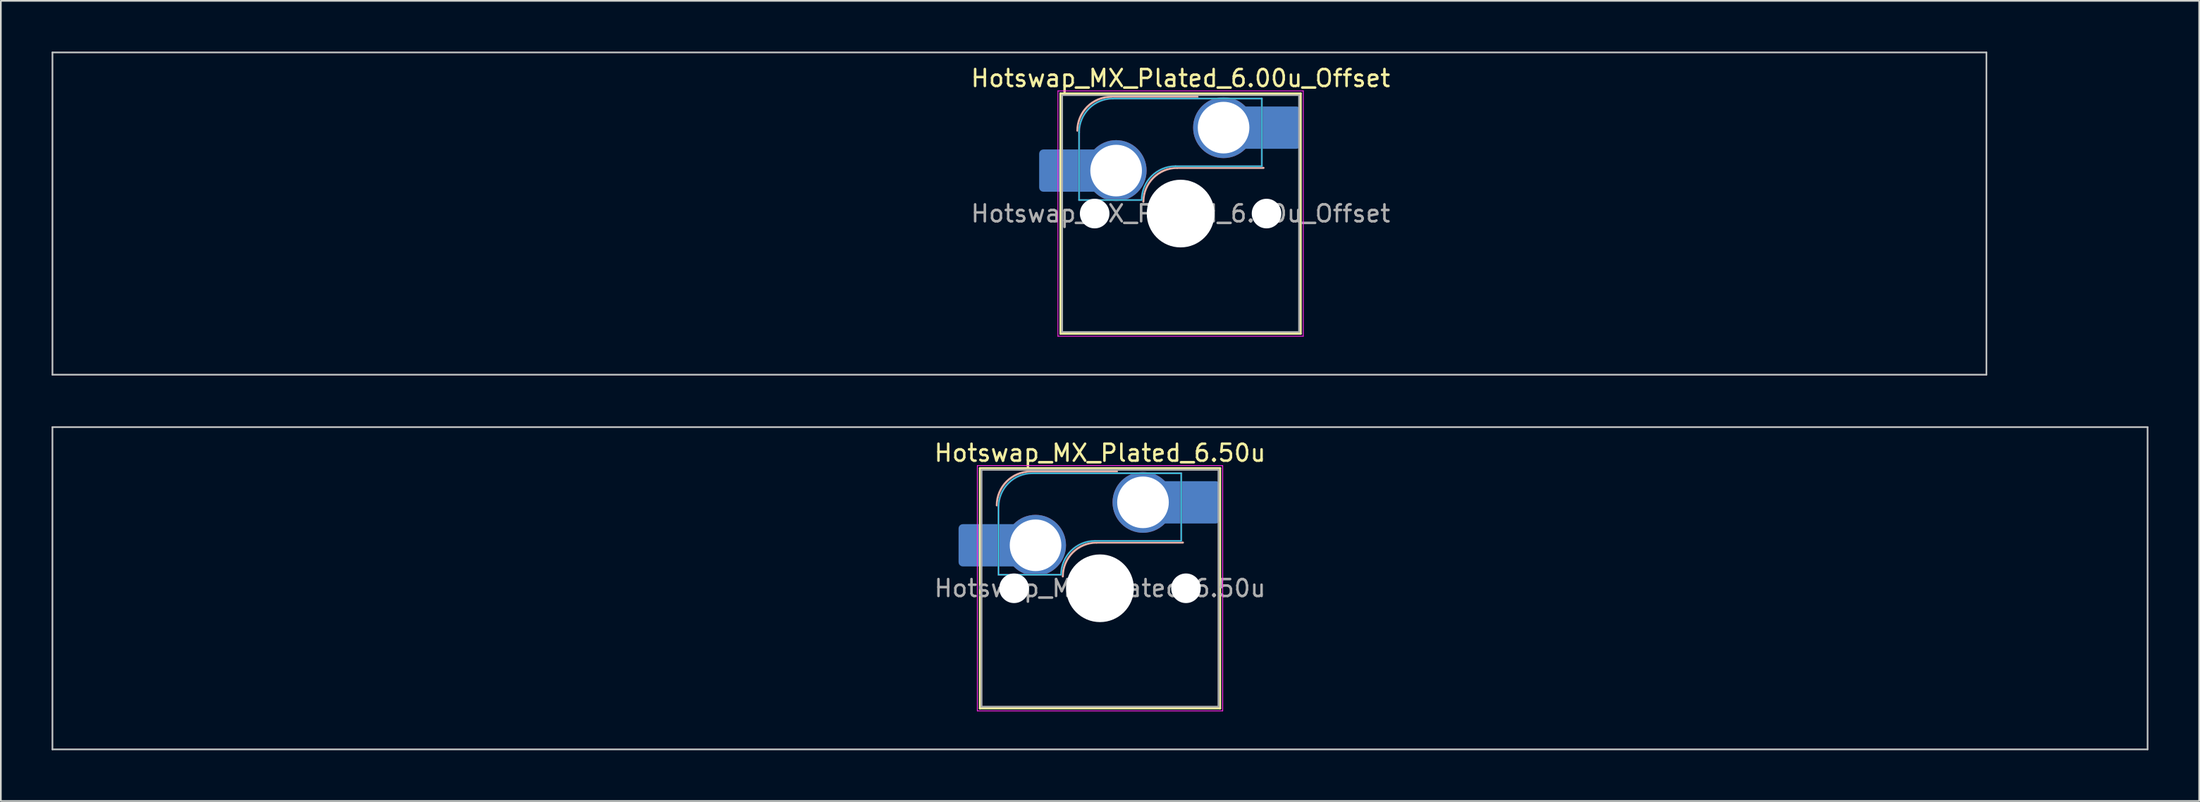
<source format=kicad_pcb>
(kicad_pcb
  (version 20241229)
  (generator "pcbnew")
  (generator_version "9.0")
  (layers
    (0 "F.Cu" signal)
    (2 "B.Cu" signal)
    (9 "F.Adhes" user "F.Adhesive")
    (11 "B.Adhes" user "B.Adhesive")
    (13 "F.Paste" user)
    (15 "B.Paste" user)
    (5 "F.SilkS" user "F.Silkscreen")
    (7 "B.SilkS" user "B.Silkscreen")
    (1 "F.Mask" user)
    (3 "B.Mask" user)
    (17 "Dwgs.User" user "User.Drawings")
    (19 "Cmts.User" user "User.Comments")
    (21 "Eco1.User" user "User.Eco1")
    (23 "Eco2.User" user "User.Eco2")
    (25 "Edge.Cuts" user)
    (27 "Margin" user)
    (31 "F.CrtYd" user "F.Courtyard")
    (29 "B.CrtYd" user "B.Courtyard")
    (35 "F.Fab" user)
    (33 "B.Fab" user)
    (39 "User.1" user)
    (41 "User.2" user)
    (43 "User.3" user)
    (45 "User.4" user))
  (footprint "Hotswap_MX_Plated_6.00u_Offset"
    (layer "F.Cu")
    (at 66.725 9.575)
    (property "Reference" "Hotswap_MX_Plated_6.00u_Offset" (at 0 -8 0) (layer "F.SilkS") (effects (font (size 1 1) (thickness 0.15))))
    (attr smd)
    (fp_line (start -7.1 -7.1) (end -7.1 7.1) (stroke (width 0.12) (type solid)) (layer "F.SilkS"))
    (fp_line (start -7.1 7.1) (end 7.1 7.1) (stroke (width 0.12) (type solid)) (layer "F.SilkS"))
    (fp_line (start 7.1 -7.1) (end -7.1 -7.1) (stroke (width 0.12) (type solid)) (layer "F.SilkS"))
    (fp_line (start 7.1 7.1) (end 7.1 -7.1) (stroke (width 0.12) (type solid)) (layer "F.SilkS"))
    (fp_line (start -4.1 -6.9) (end 1 -6.9) (stroke (width 0.12) (type solid)) (layer "B.SilkS"))
    (fp_line (start -0.2 -2.7) (end 4.9 -2.7) (stroke (width 0.12) (type solid)) (layer "B.SilkS"))
    (fp_arc (start -6.1 -4.9) (mid -5.514214 -6.314214) (end -4.1 -6.9) (stroke (width 0.12) (type solid)) (layer "B.SilkS"))
    (fp_arc (start -2.2 -0.7) (mid -1.614214 -2.114214) (end -0.2 -2.7) (stroke (width 0.12) (type solid)) (layer "B.SilkS"))
    (fp_line (start -66.675 -9.525) (end -66.675 9.525) (stroke (width 0.1) (type solid)) (layer "Dwgs.User"))
    (fp_line (start -66.675 9.525) (end 47.625 9.525) (stroke (width 0.1) (type solid)) (layer "Dwgs.User"))
    (fp_line (start 47.625 -9.525) (end -66.675 -9.525) (stroke (width 0.1) (type solid)) (layer "Dwgs.User"))
    (fp_line (start 47.625 9.525) (end 47.625 -9.525) (stroke (width 0.1) (type solid)) (layer "Dwgs.User"))
    (fp_line (start -7.8 -6) (end -7 -6) (stroke (width 0.1) (type solid)) (layer "Eco1.User"))
    (fp_line (start -7.8 -2.9) (end -7.8 -6) (stroke (width 0.1) (type solid)) (layer "Eco1.User"))
    (fp_line (start -7.8 2.9) (end -7 2.9) (stroke (width 0.1) (type solid)) (layer "Eco1.User"))
    (fp_line (start -7.8 6) (end -7.8 2.9) (stroke (width 0.1) (type solid)) (layer "Eco1.User"))
    (fp_line (start -7 -7) (end 7 -7) (stroke (width 0.1) (type solid)) (layer "Eco1.User"))
    (fp_line (start -7 -6) (end -7 -7) (stroke (width 0.1) (type solid)) (layer "Eco1.User"))
    (fp_line (start -7 -2.9) (end -7.8 -2.9) (stroke (width 0.1) (type solid)) (layer "Eco1.User"))
    (fp_line (start -7 2.9) (end -7 -2.9) (stroke (width 0.1) (type solid)) (layer "Eco1.User"))
    (fp_line (start -7 6) (end -7.8 6) (stroke (width 0.1) (type solid)) (layer "Eco1.User"))
    (fp_line (start -7 7) (end -7 6) (stroke (width 0.1) (type solid)) (layer "Eco1.User"))
    (fp_line (start 7 -7) (end 7 -6) (stroke (width 0.1) (type solid)) (layer "Eco1.User"))
    (fp_line (start 7 -6) (end 7.8 -6) (stroke (width 0.1) (type solid)) (layer "Eco1.User"))
    (fp_line (start 7 -2.9) (end 7 2.9) (stroke (width 0.1) (type solid)) (layer "Eco1.User"))
    (fp_line (start 7 2.9) (end 7.8 2.9) (stroke (width 0.1) (type solid)) (layer "Eco1.User"))
    (fp_line (start 7 6) (end 7 7) (stroke (width 0.1) (type solid)) (layer "Eco1.User"))
    (fp_line (start 7 7) (end -7 7) (stroke (width 0.1) (type solid)) (layer "Eco1.User"))
    (fp_line (start 7.8 -6) (end 7.8 -2.9) (stroke (width 0.1) (type solid)) (layer "Eco1.User"))
    (fp_line (start 7.8 -2.9) (end 7 -2.9) (stroke (width 0.1) (type solid)) (layer "Eco1.User"))
    (fp_line (start 7.8 2.9) (end 7.8 6) (stroke (width 0.1) (type solid)) (layer "Eco1.User"))
    (fp_line (start 7.8 6) (end 7 6) (stroke (width 0.1) (type solid)) (layer "Eco1.User"))
    (fp_line (start -6 -0.8) (end -6 -4.8) (stroke (width 0.05) (type solid)) (layer "B.CrtYd"))
    (fp_line (start -6 -0.8) (end -2.3 -0.8) (stroke (width 0.05) (type solid)) (layer "B.CrtYd"))
    (fp_line (start -4 -6.8) (end 4.8 -6.8) (stroke (width 0.05) (type solid)) (layer "B.CrtYd"))
    (fp_line (start -0.3 -2.8) (end 4.8 -2.8) (stroke (width 0.05) (type solid)) (layer "B.CrtYd"))
    (fp_line (start 4.8 -6.8) (end 4.8 -2.8) (stroke (width 0.05) (type solid)) (layer "B.CrtYd"))
    (fp_arc (start -6 -4.8) (mid -5.414214 -6.214214) (end -4 -6.8) (stroke (width 0.05) (type solid)) (layer "B.CrtYd"))
    (fp_arc (start -2.3 -0.8) (mid -1.714214 -2.214214) (end -0.3 -2.8) (stroke (width 0.05) (type solid)) (layer "B.CrtYd"))
    (fp_line (start -7.25 -7.25) (end -7.25 7.25) (stroke (width 0.05) (type solid)) (layer "F.CrtYd"))
    (fp_line (start -7.25 7.25) (end 7.25 7.25) (stroke (width 0.05) (type solid)) (layer "F.CrtYd"))
    (fp_line (start 7.25 -7.25) (end -7.25 -7.25) (stroke (width 0.05) (type solid)) (layer "F.CrtYd"))
    (fp_line (start 7.25 7.25) (end 7.25 -7.25) (stroke (width 0.05) (type solid)) (layer "F.CrtYd"))
    (fp_line (start -6 -0.8) (end -6 -4.8) (stroke (width 0.12) (type solid)) (layer "B.Fab"))
    (fp_line (start -6 -0.8) (end -2.3 -0.8) (stroke (width 0.12) (type solid)) (layer "B.Fab"))
    (fp_line (start -4 -6.8) (end 4.8 -6.8) (stroke (width 0.12) (type solid)) (layer "B.Fab"))
    (fp_line (start -0.3 -2.8) (end 4.8 -2.8) (stroke (width 0.12) (type solid)) (layer "B.Fab"))
    (fp_line (start 4.8 -6.8) (end 4.8 -2.8) (stroke (width 0.12) (type solid)) (layer "B.Fab"))
    (fp_arc (start -6 -4.8) (mid -5.414214 -6.214214) (end -4 -6.8) (stroke (width 0.12) (type solid)) (layer "B.Fab"))
    (fp_arc (start -2.3 -0.8) (mid -1.714214 -2.214214) (end -0.3 -2.8) (stroke (width 0.12) (type solid)) (layer "B.Fab"))
    (fp_line (start -7 -7) (end -7 7) (stroke (width 0.1) (type solid)) (layer "F.Fab"))
    (fp_line (start -7 7) (end 7 7) (stroke (width 0.1) (type solid)) (layer "F.Fab"))
    (fp_line (start 7 -7) (end -7 -7) (stroke (width 0.1) (type solid)) (layer "F.Fab"))
    (fp_line (start 7 7) (end 7 -7) (stroke (width 0.1) (type solid)) (layer "F.Fab"))
    (fp_text user "${REFERENCE}" (at 0 0 0) (layer "F.Fab") (effects (font (size 1 1) (thickness 0.15))))
    (pad "" smd roundrect (at -7.085 -2.54) (size 2.55 2.5) (layers "B.Mask" "B.Paste") (roundrect_rratio 0.1))
    (pad "" np_thru_hole circle (at -5.08 0) (size 1.75 1.75) (drill 1.75) (layers "*.Cu" "*.Mask"))
    (pad "" np_thru_hole circle (at 0 0) (size 4 4) (drill 4) (layers "*.Cu" "*.Mask"))
    (pad "" np_thru_hole circle (at 5.08 0) (size 1.75 1.75) (drill 1.75) (layers "*.Cu" "*.Mask"))
    (pad "" smd roundrect (at 5.842 -5.08) (size 2.55 2.5) (layers "B.Mask" "B.Paste") (roundrect_rratio 0.1))
    (pad "1" smd roundrect (at -6.585 -2.54) (size 3.55 2.5) (layers "B.Cu") (roundrect_rratio 0.1))
    (pad "1" thru_hole circle (at -3.81 -2.54) (size 3.6 3.6) (drill 3.05) (layers "*.Cu" "*.Mask"))
    (pad "2" thru_hole circle (at 2.54 -5.08) (size 3.6 3.6) (drill 3.05) (layers "*.Cu" "*.Mask"))
    (pad "2" smd roundrect (at 5.32 -5.08) (size 3.55 2.5) (layers "B.Cu") (roundrect_rratio 0.1)))
  (footprint "Hotswap_MX_Plated_6.50u"
    (layer "F.Cu")
    (at 61.962 31.725)
    (property "Reference" "Hotswap_MX_Plated_6.50u" (at 0 -8 0) (layer "F.SilkS") (effects (font (size 1 1) (thickness 0.15))))
    (attr smd)
    (fp_line (start -7.1 -7.1) (end -7.1 7.1) (stroke (width 0.12) (type solid)) (layer "F.SilkS"))
    (fp_line (start -7.1 7.1) (end 7.1 7.1) (stroke (width 0.12) (type solid)) (layer "F.SilkS"))
    (fp_line (start 7.1 -7.1) (end -7.1 -7.1) (stroke (width 0.12) (type solid)) (layer "F.SilkS"))
    (fp_line (start 7.1 7.1) (end 7.1 -7.1) (stroke (width 0.12) (type solid)) (layer "F.SilkS"))
    (fp_line (start -4.1 -6.9) (end 1 -6.9) (stroke (width 0.12) (type solid)) (layer "B.SilkS"))
    (fp_line (start -0.2 -2.7) (end 4.9 -2.7) (stroke (width 0.12) (type solid)) (layer "B.SilkS"))
    (fp_arc (start -6.1 -4.9) (mid -5.514214 -6.314214) (end -4.1 -6.9) (stroke (width 0.12) (type solid)) (layer "B.SilkS"))
    (fp_arc (start -2.2 -0.7) (mid -1.614214 -2.114214) (end -0.2 -2.7) (stroke (width 0.12) (type solid)) (layer "B.SilkS"))
    (fp_line (start -61.913 -9.525) (end -61.913 9.525) (stroke (width 0.1) (type solid)) (layer "Dwgs.User"))
    (fp_line (start -61.913 9.525) (end 61.913 9.525) (stroke (width 0.1) (type solid)) (layer "Dwgs.User"))
    (fp_line (start 61.913 -9.525) (end -61.913 -9.525) (stroke (width 0.1) (type solid)) (layer "Dwgs.User"))
    (fp_line (start 61.913 9.525) (end 61.913 -9.525) (stroke (width 0.1) (type solid)) (layer "Dwgs.User"))
    (fp_line (start -7.8 -6) (end -7 -6) (stroke (width 0.1) (type solid)) (layer "Eco1.User"))
    (fp_line (start -7.8 -2.9) (end -7.8 -6) (stroke (width 0.1) (type solid)) (layer "Eco1.User"))
    (fp_line (start -7.8 2.9) (end -7 2.9) (stroke (width 0.1) (type solid)) (layer "Eco1.User"))
    (fp_line (start -7.8 6) (end -7.8 2.9) (stroke (width 0.1) (type solid)) (layer "Eco1.User"))
    (fp_line (start -7 -7) (end 7 -7) (stroke (width 0.1) (type solid)) (layer "Eco1.User"))
    (fp_line (start -7 -6) (end -7 -7) (stroke (width 0.1) (type solid)) (layer "Eco1.User"))
    (fp_line (start -7 -2.9) (end -7.8 -2.9) (stroke (width 0.1) (type solid)) (layer "Eco1.User"))
    (fp_line (start -7 2.9) (end -7 -2.9) (stroke (width 0.1) (type solid)) (layer "Eco1.User"))
    (fp_line (start -7 6) (end -7.8 6) (stroke (width 0.1) (type solid)) (layer "Eco1.User"))
    (fp_line (start -7 7) (end -7 6) (stroke (width 0.1) (type solid)) (layer "Eco1.User"))
    (fp_line (start 7 -7) (end 7 -6) (stroke (width 0.1) (type solid)) (layer "Eco1.User"))
    (fp_line (start 7 -6) (end 7.8 -6) (stroke (width 0.1) (type solid)) (layer "Eco1.User"))
    (fp_line (start 7 -2.9) (end 7 2.9) (stroke (width 0.1) (type solid)) (layer "Eco1.User"))
    (fp_line (start 7 2.9) (end 7.8 2.9) (stroke (width 0.1) (type solid)) (layer "Eco1.User"))
    (fp_line (start 7 6) (end 7 7) (stroke (width 0.1) (type solid)) (layer "Eco1.User"))
    (fp_line (start 7 7) (end -7 7) (stroke (width 0.1) (type solid)) (layer "Eco1.User"))
    (fp_line (start 7.8 -6) (end 7.8 -2.9) (stroke (width 0.1) (type solid)) (layer "Eco1.User"))
    (fp_line (start 7.8 -2.9) (end 7 -2.9) (stroke (width 0.1) (type solid)) (layer "Eco1.User"))
    (fp_line (start 7.8 2.9) (end 7.8 6) (stroke (width 0.1) (type solid)) (layer "Eco1.User"))
    (fp_line (start 7.8 6) (end 7 6) (stroke (width 0.1) (type solid)) (layer "Eco1.User"))
    (fp_line (start -6 -0.8) (end -6 -4.8) (stroke (width 0.05) (type solid)) (layer "B.CrtYd"))
    (fp_line (start -6 -0.8) (end -2.3 -0.8) (stroke (width 0.05) (type solid)) (layer "B.CrtYd"))
    (fp_line (start -4 -6.8) (end 4.8 -6.8) (stroke (width 0.05) (type solid)) (layer "B.CrtYd"))
    (fp_line (start -0.3 -2.8) (end 4.8 -2.8) (stroke (width 0.05) (type solid)) (layer "B.CrtYd"))
    (fp_line (start 4.8 -6.8) (end 4.8 -2.8) (stroke (width 0.05) (type solid)) (layer "B.CrtYd"))
    (fp_arc (start -6 -4.8) (mid -5.414214 -6.214214) (end -4 -6.8) (stroke (width 0.05) (type solid)) (layer "B.CrtYd"))
    (fp_arc (start -2.3 -0.8) (mid -1.714214 -2.214214) (end -0.3 -2.8) (stroke (width 0.05) (type solid)) (layer "B.CrtYd"))
    (fp_line (start -7.25 -7.25) (end -7.25 7.25) (stroke (width 0.05) (type solid)) (layer "F.CrtYd"))
    (fp_line (start -7.25 7.25) (end 7.25 7.25) (stroke (width 0.05) (type solid)) (layer "F.CrtYd"))
    (fp_line (start 7.25 -7.25) (end -7.25 -7.25) (stroke (width 0.05) (type solid)) (layer "F.CrtYd"))
    (fp_line (start 7.25 7.25) (end 7.25 -7.25) (stroke (width 0.05) (type solid)) (layer "F.CrtYd"))
    (fp_line (start -6 -0.8) (end -6 -4.8) (stroke (width 0.12) (type solid)) (layer "B.Fab"))
    (fp_line (start -6 -0.8) (end -2.3 -0.8) (stroke (width 0.12) (type solid)) (layer "B.Fab"))
    (fp_line (start -4 -6.8) (end 4.8 -6.8) (stroke (width 0.12) (type solid)) (layer "B.Fab"))
    (fp_line (start -0.3 -2.8) (end 4.8 -2.8) (stroke (width 0.12) (type solid)) (layer "B.Fab"))
    (fp_line (start 4.8 -6.8) (end 4.8 -2.8) (stroke (width 0.12) (type solid)) (layer "B.Fab"))
    (fp_arc (start -6 -4.8) (mid -5.414214 -6.214214) (end -4 -6.8) (stroke (width 0.12) (type solid)) (layer "B.Fab"))
    (fp_arc (start -2.3 -0.8) (mid -1.714214 -2.214214) (end -0.3 -2.8) (stroke (width 0.12) (type solid)) (layer "B.Fab"))
    (fp_line (start -7 -7) (end -7 7) (stroke (width 0.1) (type solid)) (layer "F.Fab"))
    (fp_line (start -7 7) (end 7 7) (stroke (width 0.1) (type solid)) (layer "F.Fab"))
    (fp_line (start 7 -7) (end -7 -7) (stroke (width 0.1) (type solid)) (layer "F.Fab"))
    (fp_line (start 7 7) (end 7 -7) (stroke (width 0.1) (type solid)) (layer "F.Fab"))
    (fp_text user "${REFERENCE}" (at 0 0 0) (layer "F.Fab") (effects (font (size 1 1) (thickness 0.15))))
    (pad "" smd roundrect (at -7.085 -2.54) (size 2.55 2.5) (layers "B.Mask" "B.Paste") (roundrect_rratio 0.1))
    (pad "" np_thru_hole circle (at -5.08 0) (size 1.75 1.75) (drill 1.75) (layers "*.Cu" "*.Mask"))
    (pad "" np_thru_hole circle (at 0 0) (size 4 4) (drill 4) (layers "*.Cu" "*.Mask"))
    (pad "" np_thru_hole circle (at 5.08 0) (size 1.75 1.75) (drill 1.75) (layers "*.Cu" "*.Mask"))
    (pad "" smd roundrect (at 5.842 -5.08) (size 2.55 2.5) (layers "B.Mask" "B.Paste") (roundrect_rratio 0.1))
    (pad "1" smd roundrect (at -6.585 -2.54) (size 3.55 2.5) (layers "B.Cu") (roundrect_rratio 0.1))
    (pad "1" thru_hole circle (at -3.81 -2.54) (size 3.6 3.6) (drill 3.05) (layers "*.Cu" "*.Mask"))
    (pad "2" thru_hole circle (at 2.54 -5.08) (size 3.6 3.6) (drill 3.05) (layers "*.Cu" "*.Mask"))
    (pad "2" smd roundrect (at 5.32 -5.08) (size 3.55 2.5) (layers "B.Cu") (roundrect_rratio 0.1)))
  (gr_rect
    (start -3 -3)
    (end 126.925 44.3)
    (stroke (width 0.1) (type default))
    (fill no)
    (layer "Edge.Cuts")))
</source>
